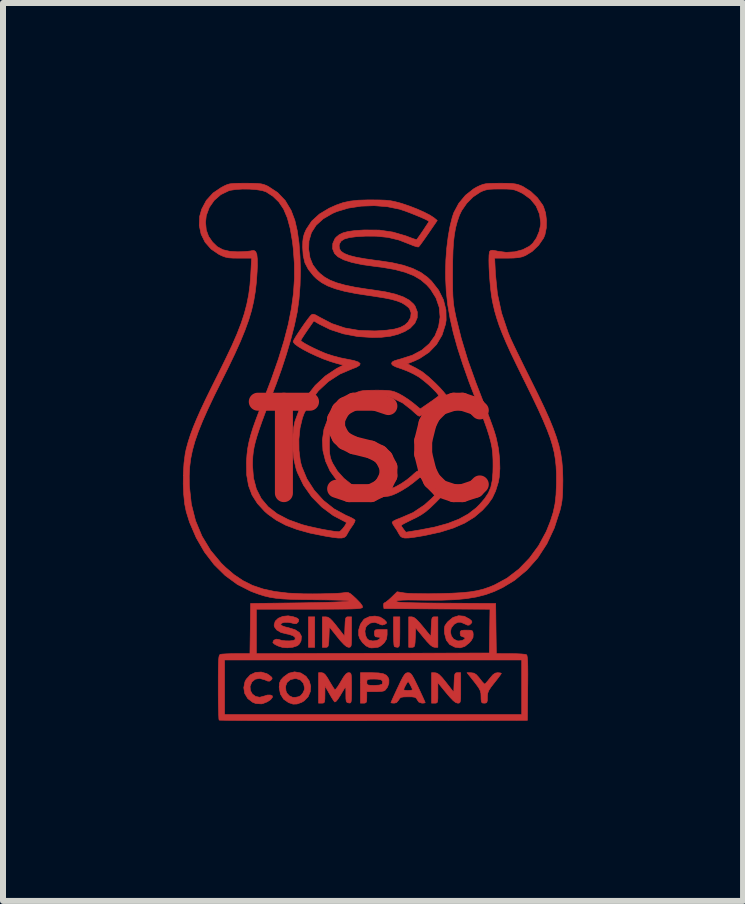
<source format=kicad_pcb>
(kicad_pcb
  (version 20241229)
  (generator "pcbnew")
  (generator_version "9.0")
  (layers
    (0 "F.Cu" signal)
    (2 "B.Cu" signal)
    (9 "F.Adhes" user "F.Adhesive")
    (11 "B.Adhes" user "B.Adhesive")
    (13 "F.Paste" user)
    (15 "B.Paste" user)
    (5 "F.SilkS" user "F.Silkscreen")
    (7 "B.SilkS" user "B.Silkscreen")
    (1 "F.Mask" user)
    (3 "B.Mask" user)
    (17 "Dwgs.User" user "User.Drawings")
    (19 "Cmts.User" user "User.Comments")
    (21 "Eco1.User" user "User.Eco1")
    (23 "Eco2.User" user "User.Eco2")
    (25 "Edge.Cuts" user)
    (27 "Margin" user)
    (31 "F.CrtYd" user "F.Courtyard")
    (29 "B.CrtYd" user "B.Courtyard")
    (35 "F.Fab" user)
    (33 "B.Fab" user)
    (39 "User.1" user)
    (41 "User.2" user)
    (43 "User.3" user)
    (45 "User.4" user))
  (footprint "TSC"
    (layer "F.Cu")
    (at 3.171 4.482)
    (property "Reference" "TSC" (at 0 0 0) (layer "F.Cu") (effects (font (size 1.524 1.524) (thickness 0.3))))
    (attr through_hole)
    (fp_poly (pts (xy -0.974 3.26) (xy -1.079 3.26) (xy -1.079 2.752) (xy -0.974 2.752) (xy -0.974 3.26)) (stroke (width 0.01) (type solid)) (fill yes) (layer "F.Cu"))
    (fp_poly (pts (xy 0.445 3.006) (xy 0.444 3.113) (xy 0.442 3.185) (xy 0.437 3.229) (xy 0.428 3.251) (xy 0.414 3.259) (xy 0.406 3.26) (xy 0.365 3.253) (xy 0.353 3.246) (xy 0.347 3.22) (xy 0.343 3.161) (xy 0.34 3.078) (xy 0.339 2.992) (xy 0.339 2.752) (xy 0.445 2.752) (xy 0.445 3.006)) (stroke (width 0.01) (type solid)) (fill yes) (layer "F.Cu"))
    (fp_poly (pts (xy 0.678 2.761) (xy 0.72 2.793) (xy 0.777 2.853) (xy 0.829 2.915) (xy 0.963 3.079) (xy 0.969 2.915) (xy 0.973 2.833) (xy 0.979 2.784) (xy 0.99 2.76) (xy 1.009 2.752) (xy 1.027 2.752) (xy 1.079 2.752) (xy 1.079 3.26) (xy 1.027 3.26) (xy 0.993 3.251) (xy 0.952 3.22) (xy 0.897 3.163) (xy 0.842 3.098) (xy 0.709 2.936) (xy 0.703 3.098) (xy 0.699 3.18) (xy 0.693 3.228) (xy 0.682 3.251) (xy 0.662 3.259) (xy 0.645 3.26) (xy 0.593 3.26) (xy 0.593 2.752) (xy 0.644 2.752) (xy 0.678 2.761)) (stroke (width 0.01) (type solid)) (fill yes) (layer "F.Cu"))
    (fp_poly (pts (xy -0.755 2.758) (xy -0.72 2.78) (xy -0.676 2.824) (xy -0.616 2.897) (xy -0.603 2.914) (xy -0.476 3.076) (xy -0.47 2.914) (xy -0.466 2.832) (xy -0.46 2.784) (xy -0.449 2.76) (xy -0.43 2.752) (xy -0.412 2.752) (xy -0.36 2.752) (xy -0.36 3.006) (xy -0.36 3.113) (xy -0.362 3.184) (xy -0.366 3.228) (xy -0.375 3.25) (xy -0.389 3.258) (xy -0.409 3.26) (xy -0.442 3.249) (xy -0.486 3.213) (xy -0.546 3.149) (xy -0.594 3.09) (xy -0.73 2.92) (xy -0.736 3.09) (xy -0.74 3.174) (xy -0.746 3.224) (xy -0.756 3.25) (xy -0.774 3.259) (xy -0.795 3.26) (xy -0.847 3.26) (xy -0.847 2.752) (xy -0.788 2.752) (xy -0.755 2.758)) (stroke (width 0.01) (type solid)) (fill yes) (layer "F.Cu"))
    (fp_poly (pts (xy 1.46 3.937) (xy 1.46 4.044) (xy 1.459 4.116) (xy 1.454 4.159) (xy 1.445 4.182) (xy 1.431 4.19) (xy 1.41 4.191) (xy 1.377 4.181) (xy 1.334 4.148) (xy 1.277 4.088) (xy 1.219 4.02) (xy 1.079 3.849) (xy 1.079 4.02) (xy 1.079 4.104) (xy 1.076 4.155) (xy 1.067 4.181) (xy 1.049 4.19) (xy 1.027 4.191) (xy 0.974 4.191) (xy 0.974 3.683) (xy 1.032 3.684) (xy 1.065 3.691) (xy 1.101 3.715) (xy 1.147 3.761) (xy 1.209 3.837) (xy 1.217 3.847) (xy 1.344 4.01) (xy 1.35 3.846) (xy 1.354 3.764) (xy 1.36 3.716) (xy 1.371 3.692) (xy 1.39 3.684) (xy 1.408 3.683) (xy 1.46 3.683) (xy 1.46 3.937)) (stroke (width 0.01) (type solid)) (fill yes) (layer "F.Cu"))
    (fp_poly (pts (xy -1.772 3.699) (xy -1.726 3.729) (xy -1.689 3.761) (xy -1.684 3.784) (xy -1.701 3.805) (xy -1.726 3.824) (xy -1.757 3.823) (xy -1.807 3.802) (xy -1.893 3.778) (xy -1.967 3.792) (xy -2.022 3.838) (xy -2.052 3.911) (xy -2.047 3.98) (xy -2.014 4.039) (xy -1.96 4.079) (xy -1.891 4.093) (xy -1.817 4.073) (xy -1.764 4.056) (xy -1.715 4.055) (xy -1.682 4.068) (xy -1.678 4.091) (xy -1.708 4.131) (xy -1.765 4.169) (xy -1.833 4.196) (xy -1.863 4.203) (xy -1.956 4.197) (xy -2.008 4.177) (xy -2.09 4.114) (xy -2.141 4.029) (xy -2.157 3.933) (xy -2.137 3.834) (xy -2.116 3.793) (xy -2.049 3.72) (xy -1.963 3.679) (xy -1.867 3.672) (xy -1.772 3.699)) (stroke (width 0.01) (type solid)) (fill yes) (layer "F.Cu"))
    (fp_poly (pts (xy 2.12 3.687) (xy 2.138 3.695) (xy 2.125 3.715) (xy 2.092 3.76) (xy 2.044 3.822) (xy 2.021 3.851) (xy 1.964 3.924) (xy 1.929 3.978) (xy 1.911 4.023) (xy 1.905 4.07) (xy 1.905 4.093) (xy 1.903 4.153) (xy 1.893 4.182) (xy 1.869 4.19) (xy 1.852 4.191) (xy 1.821 4.188) (xy 1.805 4.17) (xy 1.8 4.128) (xy 1.799 4.084) (xy 1.797 4.029) (xy 1.786 3.984) (xy 1.762 3.938) (xy 1.719 3.878) (xy 1.682 3.83) (xy 1.565 3.683) (xy 1.634 3.684) (xy 1.681 3.691) (xy 1.721 3.716) (xy 1.767 3.768) (xy 1.775 3.779) (xy 1.816 3.831) (xy 1.848 3.865) (xy 1.86 3.873) (xy 1.879 3.857) (xy 1.914 3.817) (xy 1.945 3.778) (xy 1.995 3.719) (xy 2.037 3.69) (xy 2.077 3.683) (xy 2.12 3.687)) (stroke (width 0.01) (type solid)) (fill yes) (layer "F.Cu"))
    (fp_poly (pts (xy 0.089 3.687) (xy 0.17 3.701) (xy 0.222 3.727) (xy 0.253 3.769) (xy 0.263 3.799) (xy 0.262 3.86) (xy 0.239 3.924) (xy 0.201 3.974) (xy 0.179 3.987) (xy 0.14 3.995) (xy 0.075 3.999) (xy 0.019 4) (xy -0.106 4) (xy -0.106 4.096) (xy -0.108 4.155) (xy -0.119 4.182) (xy -0.144 4.191) (xy -0.159 4.191) (xy -0.212 4.191) (xy -0.212 3.841) (xy -0.106 3.841) (xy -0.106 3.842) (xy -0.103 3.871) (xy -0.088 3.887) (xy -0.051 3.893) (xy 0.018 3.895) (xy 0.019 3.895) (xy 0.101 3.89) (xy 0.146 3.877) (xy 0.153 3.868) (xy 0.159 3.827) (xy 0.135 3.803) (xy 0.077 3.791) (xy 0.019 3.789) (xy -0.05 3.79) (xy -0.088 3.796) (xy -0.103 3.812) (xy -0.106 3.841) (xy -0.212 3.841) (xy -0.212 3.683) (xy -0.026 3.683) (xy 0.089 3.687)) (stroke (width 0.01) (type solid)) (fill yes) (layer "F.Cu"))
    (fp_poly (pts (xy -1.209 3.687) (xy -1.2 3.691) (xy -1.118 3.745) (xy -1.065 3.821) (xy -1.041 3.908) (xy -1.048 3.999) (xy -1.084 4.084) (xy -1.15 4.152) (xy -1.191 4.177) (xy -1.269 4.205) (xy -1.335 4.207) (xy -1.41 4.182) (xy -1.493 4.124) (xy -1.546 4.039) (xy -1.566 3.933) (xy -1.566 3.926) (xy -1.565 3.911) (xy -1.461 3.911) (xy -1.453 3.989) (xy -1.438 4.024) (xy -1.398 4.068) (xy -1.342 4.094) (xy -1.295 4.094) (xy -1.255 4.086) (xy -1.247 4.085) (xy -1.209 4.067) (xy -1.172 4.023) (xy -1.147 3.969) (xy -1.143 3.939) (xy -1.161 3.861) (xy -1.21 3.806) (xy -1.283 3.781) (xy -1.298 3.78) (xy -1.378 3.798) (xy -1.434 3.844) (xy -1.461 3.911) (xy -1.565 3.911) (xy -1.561 3.856) (xy -1.539 3.805) (xy -1.496 3.757) (xy -1.407 3.692) (xy -1.31 3.669) (xy -1.209 3.687)) (stroke (width 0.01) (type solid)) (fill yes) (layer "F.Cu"))
    (fp_poly (pts (xy 1.52 2.742) (xy 1.61 2.791) (xy 1.611 2.792) (xy 1.644 2.823) (xy 1.646 2.846) (xy 1.627 2.869) (xy 1.6 2.89) (xy 1.571 2.89) (xy 1.528 2.87) (xy 1.462 2.842) (xy 1.412 2.842) (xy 1.36 2.87) (xy 1.347 2.88) (xy 1.302 2.937) (xy 1.289 3.004) (xy 1.303 3.069) (xy 1.341 3.122) (xy 1.4 3.151) (xy 1.427 3.154) (xy 1.48 3.147) (xy 1.518 3.129) (xy 1.533 3.109) (xy 1.519 3.092) (xy 1.499 3.087) (xy 1.46 3.069) (xy 1.45 3.027) (xy 1.453 2.995) (xy 1.471 2.98) (xy 1.513 2.974) (xy 1.556 2.974) (xy 1.619 2.975) (xy 1.651 2.984) (xy 1.664 3.008) (xy 1.668 3.042) (xy 1.665 3.095) (xy 1.637 3.146) (xy 1.605 3.183) (xy 1.528 3.245) (xy 1.45 3.269) (xy 1.364 3.258) (xy 1.277 3.214) (xy 1.22 3.14) (xy 1.192 3.035) (xy 1.19 3.02) (xy 1.187 2.95) (xy 1.196 2.902) (xy 1.224 2.859) (xy 1.248 2.83) (xy 1.331 2.762) (xy 1.424 2.733) (xy 1.52 2.742)) (stroke (width 0.01) (type solid)) (fill yes) (layer "F.Cu"))
    (fp_poly (pts (xy -1.332 2.75) (xy -1.267 2.773) (xy -1.24 2.797) (xy -1.244 2.828) (xy -1.255 2.844) (xy -1.279 2.865) (xy -1.314 2.866) (xy -1.358 2.854) (xy -1.421 2.843) (xy -1.481 2.844) (xy -1.525 2.857) (xy -1.541 2.879) (xy -1.54 2.884) (xy -1.516 2.902) (xy -1.463 2.921) (xy -1.411 2.933) (xy -1.301 2.967) (xy -1.228 3.015) (xy -1.195 3.077) (xy -1.202 3.151) (xy -1.205 3.16) (xy -1.234 3.209) (xy -1.264 3.234) (xy -1.339 3.259) (xy -1.43 3.268) (xy -1.513 3.261) (xy -1.513 3.261) (xy -1.582 3.239) (xy -1.638 3.212) (xy -1.669 3.185) (xy -1.672 3.177) (xy -1.655 3.141) (xy -1.614 3.124) (xy -1.569 3.131) (xy -1.523 3.145) (xy -1.458 3.152) (xy -1.39 3.153) (xy -1.333 3.146) (xy -1.302 3.133) (xy -1.301 3.132) (xy -1.3 3.097) (xy -1.335 3.067) (xy -1.403 3.044) (xy -1.44 3.037) (xy -1.536 3.013) (xy -1.607 2.971) (xy -1.646 2.918) (xy -1.651 2.888) (xy -1.632 2.824) (xy -1.581 2.775) (xy -1.506 2.744) (xy -1.417 2.735) (xy -1.332 2.75)) (stroke (width 0.01) (type solid)) (fill yes) (layer "F.Cu"))
    (fp_poly (pts (xy 0.117 2.756) (xy 0.182 2.797) (xy 0.218 2.834) (xy 0.225 2.855) (xy 0.206 2.87) (xy 0.193 2.877) (xy 0.151 2.889) (xy 0.105 2.873) (xy 0.095 2.866) (xy 0.026 2.843) (xy -0.045 2.855) (xy -0.104 2.898) (xy -0.123 2.928) (xy -0.137 2.989) (xy -0.129 3.056) (xy -0.104 3.113) (xy -0.071 3.141) (xy -0.007 3.154) (xy 0.057 3.148) (xy 0.103 3.125) (xy 0.106 3.122) (xy 0.119 3.099) (xy 0.099 3.091) (xy 0.077 3.09) (xy 0.037 3.084) (xy 0.023 3.056) (xy 0.021 3.027) (xy 0.023 2.989) (xy 0.038 2.97) (xy 0.075 2.964) (xy 0.127 2.963) (xy 0.233 2.963) (xy 0.233 3.05) (xy 0.223 3.122) (xy 0.189 3.179) (xy 0.171 3.198) (xy 0.125 3.237) (xy 0.085 3.258) (xy 0.077 3.26) (xy 0.029 3.265) (xy 0.018 3.267) (xy -0.025 3.27) (xy -0.058 3.266) (xy -0.118 3.237) (xy -0.178 3.181) (xy -0.224 3.113) (xy -0.241 3.062) (xy -0.241 2.969) (xy -0.212 2.876) (xy -0.16 2.801) (xy -0.141 2.785) (xy -0.061 2.748) (xy 0.03 2.739) (xy 0.117 2.756)) (stroke (width 0.01) (type solid)) (fill yes) (layer "F.Cu"))
    (fp_poly (pts (xy -0.827 3.691) (xy -0.796 3.719) (xy -0.758 3.774) (xy -0.732 3.82) (xy -0.692 3.887) (xy -0.659 3.94) (xy -0.639 3.966) (xy -0.638 3.967) (xy -0.62 3.955) (xy -0.589 3.914) (xy -0.55 3.851) (xy -0.538 3.83) (xy -0.491 3.752) (xy -0.455 3.706) (xy -0.424 3.685) (xy -0.407 3.683) (xy -0.387 3.685) (xy -0.374 3.694) (xy -0.366 3.718) (xy -0.362 3.764) (xy -0.36 3.839) (xy -0.36 3.938) (xy -0.36 4.046) (xy -0.362 4.118) (xy -0.366 4.161) (xy -0.374 4.182) (xy -0.388 4.189) (xy -0.407 4.187) (xy -0.434 4.18) (xy -0.448 4.16) (xy -0.454 4.118) (xy -0.455 4.048) (xy -0.455 3.98) (xy -0.457 3.932) (xy -0.458 3.916) (xy -0.47 3.933) (xy -0.497 3.977) (xy -0.535 4.04) (xy -0.542 4.053) (xy -0.587 4.124) (xy -0.622 4.165) (xy -0.642 4.171) (xy -0.662 4.144) (xy -0.696 4.091) (xy -0.732 4.028) (xy -0.803 3.905) (xy -0.804 4.048) (xy -0.805 4.124) (xy -0.81 4.167) (xy -0.822 4.186) (xy -0.846 4.191) (xy -0.857 4.191) (xy -0.91 4.191) (xy -0.91 3.683) (xy -0.859 3.683) (xy -0.827 3.691)) (stroke (width 0.01) (type solid)) (fill yes) (layer "F.Cu"))
    (fp_poly (pts (xy 0.607 3.686) (xy 0.629 3.701) (xy 0.653 3.732) (xy 0.684 3.787) (xy 0.725 3.871) (xy 0.753 3.928) (xy 0.796 4.021) (xy 0.832 4.099) (xy 0.857 4.155) (xy 0.868 4.181) (xy 0.868 4.182) (xy 0.85 4.189) (xy 0.814 4.191) (xy 0.762 4.173) (xy 0.737 4.138) (xy 0.72 4.109) (xy 0.694 4.093) (xy 0.647 4.086) (xy 0.582 4.085) (xy 0.509 4.087) (xy 0.466 4.094) (xy 0.442 4.112) (xy 0.427 4.138) (xy 0.39 4.182) (xy 0.35 4.191) (xy 0.31 4.188) (xy 0.296 4.182) (xy 0.305 4.161) (xy 0.328 4.109) (xy 0.363 4.033) (xy 0.393 3.968) (xy 0.508 3.968) (xy 0.527 3.975) (xy 0.572 3.979) (xy 0.582 3.979) (xy 0.631 3.976) (xy 0.656 3.969) (xy 0.656 3.968) (xy 0.647 3.941) (xy 0.626 3.899) (xy 0.603 3.857) (xy 0.585 3.833) (xy 0.582 3.831) (xy 0.568 3.848) (xy 0.545 3.886) (xy 0.522 3.93) (xy 0.509 3.963) (xy 0.508 3.968) (xy 0.393 3.968) (xy 0.405 3.942) (xy 0.412 3.928) (xy 0.46 3.826) (xy 0.496 3.757) (xy 0.523 3.715) (xy 0.546 3.692) (xy 0.569 3.684) (xy 0.582 3.683) (xy 0.607 3.686)) (stroke (width 0.01) (type solid)) (fill yes) (layer "F.Cu"))
    (fp_poly (pts (xy 2.231 -4.476) (xy 2.313 -4.473) (xy 2.374 -4.465) (xy 2.424 -4.453) (xy 2.474 -4.433) (xy 2.498 -4.422) (xy 2.625 -4.342) (xy 2.739 -4.235) (xy 2.827 -4.113) (xy 2.84 -4.087) (xy 2.875 -3.982) (xy 2.89 -3.859) (xy 2.887 -3.732) (xy 2.864 -3.618) (xy 2.841 -3.562) (xy 2.758 -3.442) (xy 2.65 -3.339) (xy 2.542 -3.273) (xy 2.484 -3.25) (xy 2.42 -3.237) (xy 2.339 -3.23) (xy 2.235 -3.228) (xy 2.026 -3.228) (xy 2.039 -2.963) (xy 2.072 -2.634) (xy 2.141 -2.314) (xy 2.248 -1.995) (xy 2.28 -1.916) (xy 2.303 -1.864) (xy 2.342 -1.781) (xy 2.394 -1.673) (xy 2.457 -1.544) (xy 2.527 -1.401) (xy 2.602 -1.251) (xy 2.624 -1.206) (xy 2.746 -0.96) (xy 2.849 -0.745) (xy 2.934 -0.557) (xy 3.002 -0.391) (xy 3.056 -0.242) (xy 3.097 -0.105) (xy 3.127 0.025) (xy 3.146 0.154) (xy 3.158 0.285) (xy 3.162 0.424) (xy 3.163 0.476) (xy 3.161 0.615) (xy 3.157 0.723) (xy 3.149 0.812) (xy 3.135 0.893) (xy 3.115 0.978) (xy 3.02 1.271) (xy 2.897 1.534) (xy 2.745 1.768) (xy 2.565 1.971) (xy 2.359 2.142) (xy 2.16 2.263) (xy 2.02 2.329) (xy 1.877 2.381) (xy 1.725 2.42) (xy 1.555 2.448) (xy 1.364 2.466) (xy 1.143 2.474) (xy 0.888 2.474) (xy 0.87 2.474) (xy 0.707 2.472) (xy 0.583 2.471) (xy 0.493 2.473) (xy 0.433 2.477) (xy 0.399 2.484) (xy 0.386 2.492) (xy 0.393 2.499) (xy 0.419 2.505) (xy 0.469 2.51) (xy 0.544 2.514) (xy 0.649 2.517) (xy 0.787 2.52) (xy 0.96 2.522) (xy 1.171 2.524) (xy 1.21 2.524) (xy 2.043 2.529) (xy 2.048 2.947) (xy 2.054 3.365) (xy 2.292 3.366) (xy 2.39 3.367) (xy 2.473 3.371) (xy 2.532 3.377) (xy 2.556 3.383) (xy 2.565 3.398) (xy 2.571 3.434) (xy 2.576 3.493) (xy 2.578 3.582) (xy 2.579 3.703) (xy 2.578 3.86) (xy 2.577 3.938) (xy 2.572 4.477) (xy 0.009 4.482) (xy -0.317 4.483) (xy -0.631 4.483) (xy -0.931 4.483) (xy -1.214 4.483) (xy -1.477 4.483) (xy -1.718 4.482) (xy -1.934 4.481) (xy -2.123 4.48) (xy -2.283 4.479) (xy -2.409 4.478) (xy -2.5 4.476) (xy -2.554 4.475) (xy -2.568 4.473) (xy -2.572 4.449) (xy -2.575 4.388) (xy -2.578 4.297) (xy -2.581 4.181) (xy -2.582 4.046) (xy -2.582 3.925) (xy -2.582 3.759) (xy -2.581 3.631) (xy -2.579 3.535) (xy -2.576 3.471) (xy -2.477 3.471) (xy -2.477 4.381) (xy 2.477 4.381) (xy 2.477 3.471) (xy -2.477 3.471) (xy -2.576 3.471) (xy -2.576 3.467) (xy -2.571 3.422) (xy -2.564 3.395) (xy -2.555 3.382) (xy -2.549 3.378) (xy -2.515 3.373) (xy -2.449 3.369) (xy -2.361 3.366) (xy -2.285 3.365) (xy -2.054 3.365) (xy -2.048 2.947) (xy -2.043 2.529) (xy -1.206 2.519) (xy -0.985 2.515) (xy -0.798 2.511) (xy -0.647 2.506) (xy -0.532 2.501) (xy -0.453 2.496) (xy -0.412 2.49) (xy -0.409 2.485) (xy -0.445 2.48) (xy -0.52 2.475) (xy -0.636 2.472) (xy -0.792 2.469) (xy -0.99 2.467) (xy -1.003 2.466) (xy -1.204 2.464) (xy -1.369 2.46) (xy -1.506 2.453) (xy -1.621 2.442) (xy -1.722 2.426) (xy -1.814 2.404) (xy -1.907 2.375) (xy -2.005 2.339) (xy -2.049 2.321) (xy -2.265 2.211) (xy -2.467 2.063) (xy -2.65 1.883) (xy -2.812 1.672) (xy -2.949 1.435) (xy -3.061 1.175) (xy -3.116 0.999) (xy -3.142 0.87) (xy -3.158 0.713) (xy -3.166 0.538) (xy -3.164 0.396) (xy -3.066 0.396) (xy -3.065 0.543) (xy -3.063 0.577) (xy -3.031 0.872) (xy -2.961 1.149) (xy -2.854 1.406) (xy -2.711 1.643) (xy -2.532 1.858) (xy -2.461 1.927) (xy -2.318 2.049) (xy -2.169 2.149) (xy -2.011 2.228) (xy -1.836 2.287) (xy -1.641 2.329) (xy -1.419 2.356) (xy -1.165 2.368) (xy -1.008 2.369) (xy -0.874 2.368) (xy -0.747 2.365) (xy -0.637 2.362) (xy -0.553 2.357) (xy -0.504 2.352) (xy -0.453 2.345) (xy -0.416 2.347) (xy -0.381 2.364) (xy -0.336 2.401) (xy -0.285 2.448) (xy -0.217 2.518) (xy -0.181 2.568) (xy -0.177 2.593) (xy -0.184 2.601) (xy -0.203 2.607) (xy -0.235 2.613) (xy -0.286 2.617) (xy -0.358 2.62) (xy -0.456 2.622) (xy -0.583 2.623) (xy -0.743 2.624) (xy -0.94 2.625) (xy -1.068 2.625) (xy -1.947 2.625) (xy -1.947 3.366) (xy 1.937 3.355) (xy 1.943 2.99) (xy 1.948 2.625) (xy 1.064 2.62) (xy 0.18 2.614) (xy 0.173 2.566) (xy 0.176 2.53) (xy 0.188 2.519) (xy 0.214 2.505) (xy 0.259 2.469) (xy 0.305 2.427) (xy 0.4 2.334) (xy 0.523 2.354) (xy 0.581 2.36) (xy 0.673 2.364) (xy 0.791 2.366) (xy 0.925 2.367) (xy 1.069 2.365) (xy 1.111 2.364) (xy 1.312 2.358) (xy 1.478 2.349) (xy 1.617 2.335) (xy 1.737 2.315) (xy 1.844 2.288) (xy 1.947 2.252) (xy 2.021 2.221) (xy 2.232 2.107) (xy 2.429 1.956) (xy 2.605 1.774) (xy 2.758 1.566) (xy 2.882 1.338) (xy 2.894 1.311) (xy 2.957 1.153) (xy 3.002 1.01) (xy 3.032 0.869) (xy 3.049 0.717) (xy 3.056 0.538) (xy 3.056 0.497) (xy 3.056 0.364) (xy 3.05 0.242) (xy 3.038 0.126) (xy 3.019 0.011) (xy 2.99 -0.107) (xy 2.951 -0.233) (xy 2.899 -0.371) (xy 2.834 -0.526) (xy 2.754 -0.704) (xy 2.657 -0.907) (xy 2.542 -1.142) (xy 2.499 -1.228) (xy 2.388 -1.455) (xy 2.294 -1.65) (xy 2.217 -1.82) (xy 2.154 -1.969) (xy 2.102 -2.102) (xy 2.061 -2.226) (xy 2.026 -2.346) (xy 1.998 -2.467) (xy 1.987 -2.518) (xy 1.972 -2.61) (xy 1.958 -2.721) (xy 1.947 -2.843) (xy 1.938 -2.967) (xy 1.932 -3.086) (xy 1.93 -3.191) (xy 1.932 -3.275) (xy 1.939 -3.329) (xy 1.944 -3.342) (xy 1.963 -3.357) (xy 1.996 -3.36) (xy 2.055 -3.349) (xy 2.074 -3.344) (xy 2.218 -3.325) (xy 2.361 -3.334) (xy 2.493 -3.369) (xy 2.605 -3.427) (xy 2.66 -3.475) (xy 2.722 -3.563) (xy 2.768 -3.672) (xy 2.792 -3.783) (xy 2.794 -3.813) (xy 2.774 -3.962) (xy 2.717 -4.097) (xy 2.624 -4.212) (xy 2.498 -4.303) (xy 2.472 -4.317) (xy 2.41 -4.346) (xy 2.358 -4.365) (xy 2.302 -4.376) (xy 2.23 -4.38) (xy 2.129 -4.381) (xy 2.117 -4.381) (xy 2.011 -4.38) (xy 1.936 -4.376) (xy 1.878 -4.365) (xy 1.827 -4.348) (xy 1.783 -4.327) (xy 1.666 -4.249) (xy 1.56 -4.142) (xy 1.475 -4.019) (xy 1.438 -3.941) (xy 1.403 -3.839) (xy 1.375 -3.735) (xy 1.355 -3.623) (xy 1.34 -3.497) (xy 1.331 -3.348) (xy 1.326 -3.17) (xy 1.325 -2.995) (xy 1.325 -2.834) (xy 1.326 -2.707) (xy 1.329 -2.606) (xy 1.335 -2.521) (xy 1.343 -2.446) (xy 1.355 -2.371) (xy 1.372 -2.289) (xy 1.381 -2.244) (xy 1.468 -1.894) (xy 1.579 -1.527) (xy 1.712 -1.156) (xy 1.725 -1.122) (xy 1.8 -0.928) (xy 1.861 -0.77) (xy 1.911 -0.641) (xy 1.95 -0.537) (xy 1.98 -0.455) (xy 2.004 -0.388) (xy 2.022 -0.333) (xy 2.037 -0.284) (xy 2.05 -0.238) (xy 2.056 -0.214) (xy 2.089 -0.055) (xy 2.108 0.113) (xy 2.113 0.277) (xy 2.102 0.424) (xy 2.087 0.508) (xy 2.042 0.653) (xy 1.987 0.771) (xy 1.911 0.878) (xy 1.822 0.975) (xy 1.687 1.09) (xy 1.528 1.188) (xy 1.34 1.27) (xy 1.12 1.339) (xy 0.864 1.395) (xy 0.806 1.405) (xy 0.681 1.426) (xy 0.59 1.437) (xy 0.527 1.438) (xy 0.485 1.429) (xy 0.456 1.409) (xy 0.435 1.377) (xy 0.431 1.371) (xy 0.395 1.307) (xy 0.357 1.252) (xy 0.357 1.251) (xy 0.329 1.207) (xy 0.317 1.175) (xy 0.336 1.156) (xy 0.385 1.131) (xy 0.454 1.104) (xy 0.46 1.102) (xy 0.666 1.013) (xy 0.854 0.887) (xy 0.973 0.78) (xy 1.031 0.721) (xy 1.075 0.672) (xy 1.099 0.643) (xy 1.101 0.639) (xy 1.084 0.622) (xy 1.039 0.589) (xy 0.974 0.545) (xy 0.941 0.524) (xy 0.782 0.424) (xy 0.661 0.522) (xy 0.575 0.585) (xy 0.475 0.647) (xy 0.402 0.686) (xy 0.331 0.718) (xy 0.271 0.737) (xy 0.206 0.747) (xy 0.122 0.751) (xy 0.064 0.751) (xy -0.093 0.744) (xy -0.224 0.719) (xy -0.342 0.673) (xy -0.46 0.601) (xy -0.474 0.591) (xy -0.611 0.468) (xy -0.718 0.321) (xy -0.793 0.157) (xy -0.837 -0.018) (xy -0.846 -0.198) (xy -0.82 -0.376) (xy -0.757 -0.545) (xy -0.716 -0.619) (xy -0.62 -0.741) (xy -0.497 -0.854) (xy -0.362 -0.946) (xy -0.322 -0.967) (xy -0.267 -0.993) (xy -0.218 -1.01) (xy -0.164 -1.02) (xy -0.095 -1.025) (xy 0.001 -1.026) (xy 0.053 -1.027) (xy 0.165 -1.026) (xy 0.246 -1.022) (xy 0.306 -1.014) (xy 0.357 -1) (xy 0.409 -0.978) (xy 0.423 -0.972) (xy 0.502 -0.928) (xy 0.591 -0.87) (xy 0.663 -0.816) (xy 0.786 -0.715) (xy 0.934 -0.817) (xy 1.003 -0.865) (xy 1.056 -0.904) (xy 1.087 -0.928) (xy 1.091 -0.932) (xy 1.082 -0.955) (xy 1.047 -0.997) (xy 0.993 -1.052) (xy 0.928 -1.114) (xy 0.857 -1.174) (xy 0.789 -1.227) (xy 0.753 -1.252) (xy 0.666 -1.301) (xy 0.562 -1.349) (xy 0.467 -1.385) (xy 0.381 -1.414) (xy 0.33 -1.439) (xy 0.309 -1.463) (xy 0.307 -1.473) (xy 0.317 -1.496) (xy 0.351 -1.516) (xy 0.418 -1.537) (xy 0.459 -1.548) (xy 0.653 -1.61) (xy 0.812 -1.695) (xy 0.937 -1.803) (xy 1.031 -1.935) (xy 1.091 -2.085) (xy 1.116 -2.246) (xy 1.102 -2.407) (xy 1.048 -2.564) (xy 0.957 -2.71) (xy 0.893 -2.782) (xy 0.794 -2.867) (xy 0.675 -2.937) (xy 0.532 -2.993) (xy 0.36 -3.039) (xy 0.154 -3.075) (xy 0.032 -3.09) (xy -0.182 -3.12) (xy -0.356 -3.157) (xy -0.49 -3.2) (xy -0.587 -3.251) (xy -0.644 -3.306) (xy -0.676 -3.385) (xy -0.673 -3.472) (xy -0.638 -3.552) (xy -0.617 -3.577) (xy -0.566 -3.619) (xy -0.502 -3.65) (xy -0.419 -3.672) (xy -0.31 -3.687) (xy -0.166 -3.697) (xy -0.146 -3.698) (xy 0.102 -3.696) (xy 0.328 -3.663) (xy 0.544 -3.6) (xy 0.586 -3.584) (xy 0.654 -3.558) (xy 0.705 -3.541) (xy 0.727 -3.537) (xy 0.727 -3.538) (xy 0.753 -3.574) (xy 0.791 -3.628) (xy 0.834 -3.691) (xy 0.875 -3.754) (xy 0.909 -3.805) (xy 0.929 -3.835) (xy 0.931 -3.84) (xy 0.913 -3.854) (xy 0.864 -3.879) (xy 0.792 -3.911) (xy 0.707 -3.946) (xy 0.617 -3.982) (xy 0.532 -4.014) (xy 0.459 -4.038) (xy 0.442 -4.044) (xy 0.236 -4.086) (xy 0.018 -4.103) (xy -0.202 -4.095) (xy -0.414 -4.062) (xy -0.605 -4.005) (xy -0.675 -3.975) (xy -0.832 -3.884) (xy -0.95 -3.777) (xy -1.029 -3.654) (xy -1.07 -3.514) (xy -1.075 -3.377) (xy -1.053 -3.235) (xy -1.006 -3.118) (xy -0.927 -3.013) (xy -0.884 -2.971) (xy -0.808 -2.911) (xy -0.718 -2.861) (xy -0.606 -2.817) (xy -0.47 -2.779) (xy -0.303 -2.744) (xy -0.1 -2.712) (xy -0.005 -2.699) (xy 0.203 -2.667) (xy 0.372 -2.628) (xy 0.505 -2.581) (xy 0.605 -2.526) (xy 0.676 -2.461) (xy 0.699 -2.429) (xy 0.737 -2.331) (xy 0.735 -2.234) (xy 0.695 -2.142) (xy 0.618 -2.061) (xy 0.529 -2.006) (xy 0.413 -1.958) (xy 0.287 -1.926) (xy 0.14 -1.909) (xy -0.012 -1.905) (xy -0.256 -1.921) (xy -0.494 -1.966) (xy -0.716 -2.038) (xy -0.896 -2.127) (xy -0.989 -2.181) (xy -1.098 -2.024) (xy -1.146 -1.953) (xy -1.183 -1.896) (xy -1.204 -1.861) (xy -1.206 -1.855) (xy -1.188 -1.837) (xy -1.14 -1.806) (xy -1.069 -1.767) (xy -0.985 -1.725) (xy -0.896 -1.684) (xy -0.811 -1.647) (xy -0.769 -1.631) (xy -0.662 -1.597) (xy -0.54 -1.565) (xy -0.434 -1.544) (xy -0.319 -1.521) (xy -0.246 -1.496) (xy -0.216 -1.469) (xy -0.228 -1.44) (xy -0.282 -1.408) (xy -0.344 -1.385) (xy -0.555 -1.295) (xy -0.746 -1.171) (xy -0.912 -1.017) (xy -1.048 -0.838) (xy -1.151 -0.638) (xy -1.179 -0.563) (xy -1.219 -0.396) (xy -1.238 -0.21) (xy -1.236 -0.022) (xy -1.214 0.155) (xy -1.191 0.243) (xy -1.105 0.451) (xy -0.982 0.642) (xy -0.829 0.811) (xy -0.651 0.952) (xy -0.452 1.06) (xy -0.428 1.07) (xy -0.364 1.099) (xy -0.317 1.126) (xy -0.3 1.141) (xy -0.308 1.17) (xy -0.334 1.217) (xy -0.345 1.232) (xy -0.39 1.298) (xy -0.429 1.364) (xy -0.432 1.371) (xy -0.453 1.405) (xy -0.481 1.427) (xy -0.522 1.438) (xy -0.584 1.438) (xy -0.673 1.427) (xy -0.796 1.407) (xy -0.796 1.407) (xy -1.052 1.356) (xy -1.27 1.295) (xy -1.458 1.224) (xy -1.619 1.138) (xy -1.758 1.038) (xy -1.809 0.993) (xy -1.93 0.861) (xy -2.019 0.721) (xy -2.077 0.565) (xy -2.108 0.389) (xy -2.112 0.184) (xy -2.111 0.149) (xy -2.103 0.043) (xy -2.091 -0.058) (xy -2.071 -0.16) (xy -2.043 -0.271) (xy -2.005 -0.395) (xy -1.953 -0.54) (xy -1.888 -0.713) (xy -1.832 -0.857) (xy -1.695 -1.216) (xy -1.58 -1.545) (xy -1.487 -1.847) (xy -1.414 -2.129) (xy -1.362 -2.393) (xy -1.328 -2.646) (xy -1.312 -2.892) (xy -1.313 -3.135) (xy -1.331 -3.381) (xy -1.345 -3.503) (xy -1.382 -3.719) (xy -1.43 -3.898) (xy -1.492 -4.045) (xy -1.572 -4.164) (xy -1.67 -4.259) (xy -1.784 -4.333) (xy -1.85 -4.355) (xy -1.946 -4.37) (xy -2.06 -4.379) (xy -2.178 -4.38) (xy -2.29 -4.373) (xy -2.382 -4.359) (xy -2.408 -4.351) (xy -2.54 -4.287) (xy -2.65 -4.191) (xy -2.732 -4.073) (xy -2.782 -3.938) (xy -2.794 -3.826) (xy -2.782 -3.698) (xy -2.743 -3.591) (xy -2.678 -3.497) (xy -2.598 -3.419) (xy -2.505 -3.369) (xy -2.391 -3.342) (xy -2.265 -3.334) (xy -2.174 -3.336) (xy -2.093 -3.342) (xy -2.036 -3.349) (xy -2.027 -3.352) (xy -1.987 -3.356) (xy -1.958 -3.337) (xy -1.939 -3.291) (xy -1.931 -3.214) (xy -1.93 -3.101) (xy -1.934 -3.006) (xy -1.946 -2.831) (xy -1.965 -2.668) (xy -1.991 -2.512) (xy -2.027 -2.356) (xy -2.075 -2.196) (xy -2.137 -2.025) (xy -2.213 -1.839) (xy -2.306 -1.632) (xy -2.418 -1.399) (xy -2.518 -1.198) (xy -2.647 -0.939) (xy -2.755 -0.711) (xy -2.844 -0.511) (xy -2.916 -0.332) (xy -2.972 -0.171) (xy -3.013 -0.022) (xy -3.042 0.119) (xy -3.059 0.257) (xy -3.066 0.396) (xy -3.164 0.396) (xy -3.164 0.358) (xy -3.153 0.185) (xy -3.133 0.031) (xy -3.116 -0.049) (xy -3.085 -0.162) (xy -3.048 -0.278) (xy -3.002 -0.403) (xy -2.945 -0.541) (xy -2.876 -0.697) (xy -2.792 -0.876) (xy -2.691 -1.082) (xy -2.585 -1.294) (xy -2.461 -1.546) (xy -2.356 -1.767) (xy -2.27 -1.964) (xy -2.201 -2.142) (xy -2.147 -2.306) (xy -2.106 -2.463) (xy -2.075 -2.618) (xy -2.054 -2.777) (xy -2.041 -2.945) (xy -2.039 -2.985) (xy -2.026 -3.228) (xy -2.237 -3.228) (xy -2.338 -3.229) (xy -2.41 -3.234) (xy -2.466 -3.246) (xy -2.52 -3.266) (xy -2.573 -3.292) (xy -2.702 -3.38) (xy -2.802 -3.494) (xy -2.868 -3.627) (xy -2.899 -3.773) (xy -2.892 -3.926) (xy -2.859 -4.044) (xy -2.781 -4.191) (xy -2.669 -4.314) (xy -2.536 -4.404) (xy -2.48 -4.434) (xy -2.435 -4.454) (xy -2.389 -4.467) (xy -2.334 -4.473) (xy -2.258 -4.476) (xy -2.152 -4.477) (xy -2.127 -4.477) (xy -2.011 -4.476) (xy -1.928 -4.473) (xy -1.868 -4.467) (xy -1.82 -4.455) (xy -1.776 -4.438) (xy -1.749 -4.424) (xy -1.593 -4.322) (xy -1.466 -4.189) (xy -1.368 -4.025) (xy -1.305 -3.858) (xy -1.265 -3.685) (xy -1.236 -3.48) (xy -1.219 -3.254) (xy -1.212 -3.017) (xy -1.218 -2.777) (xy -1.236 -2.545) (xy -1.265 -2.331) (xy -1.269 -2.313) (xy -1.313 -2.106) (xy -1.373 -1.873) (xy -1.446 -1.625) (xy -1.529 -1.372) (xy -1.618 -1.125) (xy -1.632 -1.09) (xy -1.719 -0.863) (xy -1.792 -0.671) (xy -1.852 -0.509) (xy -1.9 -0.372) (xy -1.937 -0.258) (xy -1.965 -0.16) (xy -1.985 -0.074) (xy -1.998 0.003) (xy -2.006 0.077) (xy -2.01 0.152) (xy -2.011 0.229) (xy -1.995 0.436) (xy -1.947 0.619) (xy -1.866 0.779) (xy -1.751 0.916) (xy -1.6 1.034) (xy -1.413 1.132) (xy -1.188 1.213) (xy -1.175 1.217) (xy -1.079 1.242) (xy -0.967 1.267) (xy -0.85 1.292) (xy -0.738 1.312) (xy -0.643 1.327) (xy -0.576 1.333) (xy -0.568 1.333) (xy -0.544 1.319) (xy -0.511 1.285) (xy -0.477 1.242) (xy -0.453 1.203) (xy -0.447 1.179) (xy -0.449 1.177) (xy -0.665 1.064) (xy -0.858 0.92) (xy -1.025 0.75) (xy -1.161 0.557) (xy -1.262 0.348) (xy -1.283 0.29) (xy -1.32 0.134) (xy -1.34 -0.042) (xy -1.342 -0.225) (xy -1.327 -0.396) (xy -1.304 -0.506) (xy -1.225 -0.721) (xy -1.11 -0.923) (xy -0.966 -1.106) (xy -0.798 -1.263) (xy -0.611 -1.387) (xy -0.583 -1.402) (xy -0.498 -1.445) (xy -0.604 -1.472) (xy -0.712 -1.505) (xy -0.829 -1.547) (xy -0.947 -1.597) (xy -1.061 -1.65) (xy -1.163 -1.703) (xy -1.247 -1.753) (xy -1.306 -1.797) (xy -1.333 -1.831) (xy -1.333 -1.837) (xy -1.322 -1.864) (xy -1.291 -1.917) (xy -1.246 -1.987) (xy -1.194 -2.065) (xy -1.14 -2.143) (xy -1.09 -2.211) (xy -1.05 -2.262) (xy -1.029 -2.284) (xy -1.004 -2.294) (xy -0.967 -2.285) (xy -0.908 -2.253) (xy -0.893 -2.244) (xy -0.687 -2.137) (xy -0.47 -2.064) (xy -0.237 -2.024) (xy 0.019 -2.015) (xy 0.06 -2.016) (xy 0.224 -2.027) (xy 0.353 -2.045) (xy 0.452 -2.073) (xy 0.526 -2.112) (xy 0.582 -2.163) (xy 0.625 -2.239) (xy 0.633 -2.316) (xy 0.607 -2.385) (xy 0.587 -2.407) (xy 0.534 -2.449) (xy 0.474 -2.485) (xy 0.399 -2.514) (xy 0.305 -2.541) (xy 0.184 -2.565) (xy 0.03 -2.59) (xy -0.065 -2.604) (xy -0.289 -2.638) (xy -0.475 -2.675) (xy -0.629 -2.717) (xy -0.755 -2.764) (xy -0.859 -2.82) (xy -0.945 -2.885) (xy -0.994 -2.933) (xy -1.081 -3.042) (xy -1.137 -3.149) (xy -1.166 -3.27) (xy -1.175 -3.408) (xy -1.173 -3.506) (xy -1.164 -3.578) (xy -1.146 -3.64) (xy -1.115 -3.709) (xy -1.025 -3.845) (xy -0.896 -3.963) (xy -0.736 -4.059) (xy -0.614 -4.114) (xy -0.5 -4.154) (xy -0.383 -4.179) (xy -0.251 -4.194) (xy -0.094 -4.199) (xy -0.021 -4.199) (xy 0.108 -4.198) (xy 0.207 -4.194) (xy 0.286 -4.186) (xy 0.358 -4.172) (xy 0.435 -4.152) (xy 0.474 -4.141) (xy 0.604 -4.097) (xy 0.733 -4.047) (xy 0.852 -3.994) (xy 0.949 -3.944) (xy 1.016 -3.9) (xy 1.016 -3.9) (xy 1.069 -3.856) (xy 0.922 -3.642) (xy 0.864 -3.558) (xy 0.814 -3.488) (xy 0.777 -3.438) (xy 0.757 -3.415) (xy 0.757 -3.415) (xy 0.729 -3.417) (xy 0.675 -3.434) (xy 0.613 -3.459) (xy 0.431 -3.53) (xy 0.249 -3.574) (xy 0.055 -3.594) (xy -0.125 -3.595) (xy -0.28 -3.586) (xy -0.396 -3.571) (xy -0.48 -3.547) (xy -0.533 -3.513) (xy -0.561 -3.467) (xy -0.567 -3.437) (xy -0.562 -3.387) (xy -0.535 -3.343) (xy -0.481 -3.306) (xy -0.398 -3.273) (xy -0.284 -3.244) (xy -0.133 -3.217) (xy 0.056 -3.19) (xy 0.087 -3.187) (xy 0.313 -3.153) (xy 0.503 -3.11) (xy 0.661 -3.056) (xy 0.795 -2.99) (xy 0.908 -2.908) (xy 0.974 -2.845) (xy 1.091 -2.695) (xy 1.172 -2.533) (xy 1.214 -2.364) (xy 1.217 -2.194) (xy 1.206 -2.125) (xy 1.149 -1.945) (xy 1.057 -1.789) (xy 0.931 -1.658) (xy 0.774 -1.554) (xy 0.688 -1.514) (xy 0.571 -1.467) (xy 0.714 -1.395) (xy 0.818 -1.334) (xy 0.927 -1.247) (xy 1.042 -1.14) (xy 1.114 -1.067) (xy 1.172 -1.002) (xy 1.212 -0.953) (xy 1.228 -0.926) (xy 1.228 -0.926) (xy 1.211 -0.905) (xy 1.168 -0.867) (xy 1.104 -0.817) (xy 1.03 -0.761) (xy 0.952 -0.705) (xy 0.878 -0.655) (xy 0.817 -0.616) (xy 0.777 -0.595) (xy 0.768 -0.593) (xy 0.744 -0.606) (xy 0.7 -0.643) (xy 0.644 -0.694) (xy 0.637 -0.701) (xy 0.49 -0.815) (xy 0.33 -0.893) (xy 0.161 -0.935) (xy -0.009 -0.939) (xy -0.177 -0.907) (xy -0.336 -0.839) (xy -0.481 -0.733) (xy -0.527 -0.688) (xy -0.613 -0.59) (xy -0.671 -0.499) (xy -0.707 -0.403) (xy -0.725 -0.29) (xy -0.73 -0.148) (xy -0.73 -0.148) (xy -0.729 -0.042) (xy -0.724 0.034) (xy -0.713 0.094) (xy -0.694 0.15) (xy -0.673 0.195) (xy -0.595 0.323) (xy -0.487 0.443) (xy -0.363 0.542) (xy -0.28 0.588) (xy -0.214 0.616) (xy -0.153 0.633) (xy -0.083 0.642) (xy 0.012 0.645) (xy 0.042 0.645) (xy 0.142 0.644) (xy 0.215 0.638) (xy 0.275 0.624) (xy 0.338 0.6) (xy 0.381 0.58) (xy 0.47 0.53) (xy 0.566 0.464) (xy 0.639 0.404) (xy 0.688 0.359) (xy 0.725 0.329) (xy 0.758 0.315) (xy 0.795 0.318) (xy 0.842 0.339) (xy 0.908 0.379) (xy 0.999 0.44) (xy 1.042 0.47) (xy 1.122 0.526) (xy 1.183 0.575) (xy 1.22 0.613) (xy 1.228 0.628) (xy 1.213 0.655) (xy 1.174 0.705) (xy 1.117 0.77) (xy 1.046 0.843) (xy 1.042 0.847) (xy 0.952 0.934) (xy 0.876 0.999) (xy 0.803 1.05) (xy 0.719 1.097) (xy 0.662 1.124) (xy 0.581 1.164) (xy 0.516 1.197) (xy 0.476 1.22) (xy 0.467 1.228) (xy 0.478 1.25) (xy 0.506 1.289) (xy 0.506 1.29) (xy 0.546 1.341) (xy 0.773 1.304) (xy 1.027 1.255) (xy 1.245 1.195) (xy 1.43 1.123) (xy 1.586 1.037) (xy 1.718 0.935) (xy 1.776 0.877) (xy 1.86 0.779) (xy 1.921 0.687) (xy 1.962 0.59) (xy 1.986 0.477) (xy 1.997 0.34) (xy 1.999 0.233) (xy 1.998 0.126) (xy 1.993 0.029) (xy 1.982 -0.064) (xy 1.963 -0.159) (xy 1.935 -0.264) (xy 1.897 -0.384) (xy 1.846 -0.526) (xy 1.781 -0.695) (xy 1.726 -0.834) (xy 1.599 -1.164) (xy 1.493 -1.464) (xy 1.405 -1.737) (xy 1.335 -1.989) (xy 1.282 -2.226) (xy 1.243 -2.453) (xy 1.219 -2.674) (xy 1.208 -2.895) (xy 1.207 -2.995) (xy 1.212 -3.195) (xy 1.227 -3.396) (xy 1.251 -3.588) (xy 1.282 -3.762) (xy 1.319 -3.91) (xy 1.345 -3.987) (xy 1.427 -4.141) (xy 1.539 -4.276) (xy 1.673 -4.382) (xy 1.728 -4.414) (xy 1.783 -4.44) (xy 1.83 -4.458) (xy 1.88 -4.469) (xy 1.943 -4.474) (xy 2.031 -4.476) (xy 2.117 -4.477) (xy 2.231 -4.476)) (stroke (width 0.01) (type solid)) (fill yes) (layer "F.Cu")))
  (gr_rect
    (start -3 -3)
    (end 9.338 11.97)
    (stroke (width 0.1) (type default))
    (fill no)
    (layer "Edge.Cuts")))
</source>
